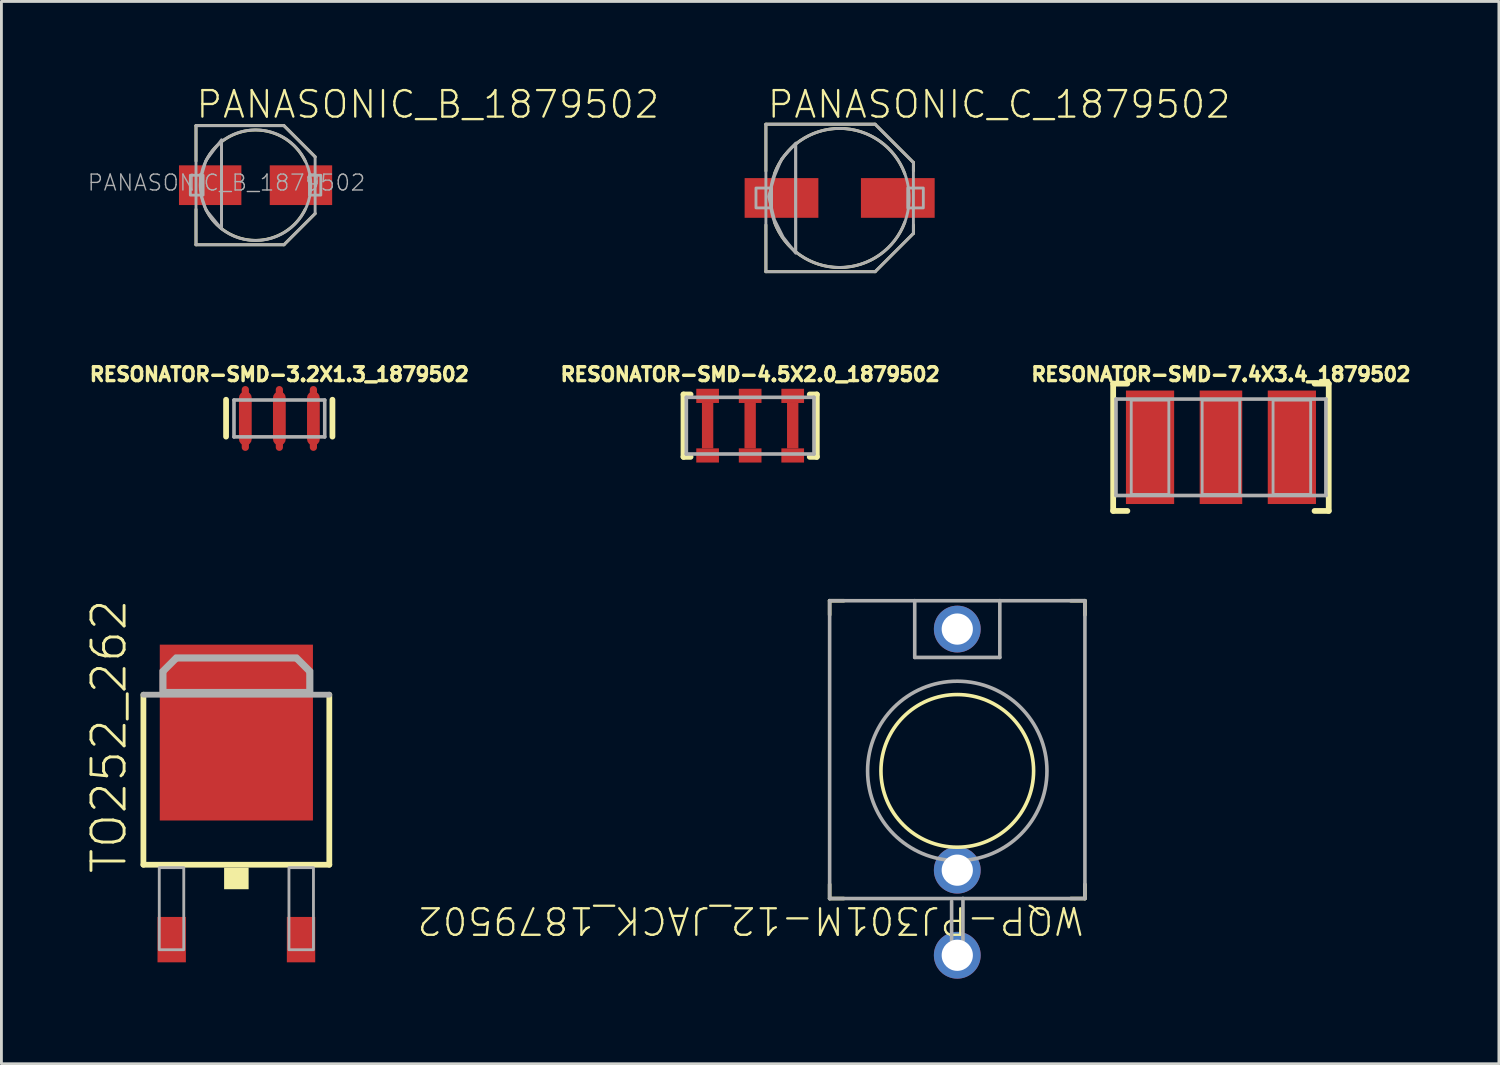
<source format=kicad_pcb>
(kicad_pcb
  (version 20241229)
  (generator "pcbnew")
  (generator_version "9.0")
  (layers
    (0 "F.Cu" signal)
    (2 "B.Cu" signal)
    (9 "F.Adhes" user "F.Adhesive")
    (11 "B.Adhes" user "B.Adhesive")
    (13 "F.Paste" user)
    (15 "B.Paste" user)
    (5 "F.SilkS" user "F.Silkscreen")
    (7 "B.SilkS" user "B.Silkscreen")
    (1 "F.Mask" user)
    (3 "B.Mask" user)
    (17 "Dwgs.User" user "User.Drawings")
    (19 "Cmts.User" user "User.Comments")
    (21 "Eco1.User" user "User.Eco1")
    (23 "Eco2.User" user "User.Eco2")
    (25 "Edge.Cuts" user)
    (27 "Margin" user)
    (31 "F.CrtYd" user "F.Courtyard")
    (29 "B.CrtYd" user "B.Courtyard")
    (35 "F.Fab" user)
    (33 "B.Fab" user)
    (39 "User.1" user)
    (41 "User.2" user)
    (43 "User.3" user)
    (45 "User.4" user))
  (footprint "PANASONIC_B_1879502"
    (layer "F.Cu")
    (at 5.96 3.479)
    (property "Reference" "PANASONIC_B_1879502" (at -2.15 -2.3 0) (unlocked yes) (layer "F.SilkS") (effects (font (size 0.935 0.935) (thickness 0.081)) (justify left bottom)))
    (fp_line (start -2.1 -2.1) (end 1 -2.1) (stroke (width 0.102) (type solid)) (layer "F.SilkS"))
    (fp_line (start -2.1 -0.85) (end -2.1 -2.1) (stroke (width 0.102) (type solid)) (layer "F.SilkS"))
    (fp_line (start -2.1 2.1) (end -2.1 0.85) (stroke (width 0.102) (type solid)) (layer "F.SilkS"))
    (fp_line (start 1 -2.1) (end 2.1 -1) (stroke (width 0.102) (type solid)) (layer "F.SilkS"))
    (fp_line (start 1 2.1) (end -2.1 2.1) (stroke (width 0.102) (type solid)) (layer "F.SilkS"))
    (fp_line (start 2.1 1) (end 1 2.1) (stroke (width 0.102) (type solid)) (layer "F.SilkS"))
    (fp_arc (start -1.75 -0.85) (mid 0 -1.945508) (end 1.75 -0.85) (stroke (width 0.1016) (type solid)) (layer "F.SilkS"))
    (fp_arc (start 1.75 0.85) (mid 0 1.945508) (end -1.75 0.85) (stroke (width 0.1016) (type solid)) (layer "F.SilkS"))
    (fp_line (start -2.1 -2.1) (end 1 -2.1) (stroke (width 0.102) (type solid)) (layer "F.Fab"))
    (fp_line (start -2.1 2.1) (end -2.1 -2.1) (stroke (width 0.102) (type solid)) (layer "F.Fab"))
    (fp_line (start -1.2 -1.5) (end -1.2 1.5) (stroke (width 0.102) (type solid)) (layer "F.Fab"))
    (fp_line (start 1 -2.1) (end 2.1 -1) (stroke (width 0.102) (type solid)) (layer "F.Fab"))
    (fp_line (start 1 2.1) (end -2.1 2.1) (stroke (width 0.102) (type solid)) (layer "F.Fab"))
    (fp_line (start 2.1 -1) (end 2.1 1) (stroke (width 0.102) (type solid)) (layer "F.Fab"))
    (fp_line (start 2.1 1) (end 1 2.1) (stroke (width 0.102) (type solid)) (layer "F.Fab"))
    (fp_circle (center 0 0) (end 1.95 0) (stroke (width 0.102) (type solid)) (fill no) (layer "F.Fab"))
    (fp_poly (pts (xy -2.3 0.35) (xy -1.85 0.35) (xy -1.85 -0.35) (xy -2.3 -0.35)) (stroke (width 0.1) (type default)) (fill no) (layer "F.Fab"))
    (fp_poly (pts (xy 1.9 0.35) (xy 2.3 0.35) (xy 2.3 -0.35) (xy 1.9 -0.35)) (stroke (width 0.1) (type default)) (fill no) (layer "F.Fab"))
    (fp_poly (pts (xy -1.199 1.542) (xy -1.745 0.875) (xy -1.901 0.408) (xy -1.901 -0.357) (xy -1.746 -0.873) (xy -1.199 -1.602)) (stroke (width 0.1) (type default)) (fill no) (layer "F.Fab"))
    (fp_text user "${REFERENCE}" (at -5.96 0.24 0) (unlocked yes) (layer "F.Fab") (effects (font (size 0.561 0.561) (thickness 0.049)) (justify left bottom)))
    (pad "+" smd rect (at 1.6 0) (size 2.2 1.4) (layers "F.Cu" "F.Mask" "F.Paste"))
    (pad "-" smd rect (at -1.6 0) (size 2.2 1.4) (layers "F.Cu" "F.Mask" "F.Paste")))
  (footprint "RESONATOR-SMD-7.4X3.4_1879502"
    (layer "F.Cu")
    (at 39.995 12.719)
    (property "Reference" "RESONATOR-SMD-7.4X3.4_1879502" (at 0 -2.286 0) (unlocked yes) (layer "F.SilkS") (effects (font (size 0.488 0.488) (thickness 0.122)) (justify bottom)))
    (fp_line (start -3.8 -2.244) (end -3.8 2.244) (stroke (width 0.203) (type solid)) (layer "F.SilkS"))
    (fp_line (start -3.8 2.244) (end -3.3 2.244) (stroke (width 0.203) (type solid)) (layer "F.SilkS"))
    (fp_line (start -3.3 -2.244) (end -3.8 -2.244) (stroke (width 0.203) (type solid)) (layer "F.SilkS"))
    (fp_line (start 3.3 2.244) (end 3.8 2.244) (stroke (width 0.203) (type solid)) (layer "F.SilkS"))
    (fp_line (start 3.8 -2.244) (end 3.3 -2.244) (stroke (width 0.203) (type solid)) (layer "F.SilkS"))
    (fp_line (start 3.8 2.244) (end 3.8 -2.244) (stroke (width 0.203) (type solid)) (layer "F.SilkS"))
    (fp_line (start -3.7 -1.7) (end -3.7 1.7) (stroke (width 0.127) (type solid)) (layer "F.Fab"))
    (fp_line (start -3.7 1.7) (end 3.7 1.7) (stroke (width 0.127) (type solid)) (layer "F.Fab"))
    (fp_line (start 3.7 -1.7) (end -3.7 -1.7) (stroke (width 0.127) (type solid)) (layer "F.Fab"))
    (fp_line (start 3.7 1.7) (end 3.7 -1.7) (stroke (width 0.127) (type solid)) (layer "F.Fab"))
    (fp_poly (pts (xy -1.837 1.663) (xy -3.163 1.663) (xy -3.163 -1.663) (xy -1.837 -1.663)) (stroke (width 0.1) (type default)) (fill no) (layer "F.Fab"))
    (fp_poly (pts (xy 0.663 1.663) (xy -0.663 1.663) (xy -0.663 -1.663) (xy 0.663 -1.663)) (stroke (width 0.1) (type default)) (fill no) (layer "F.Fab"))
    (fp_poly (pts (xy 3.163 1.663) (xy 1.837 1.663) (xy 1.837 -1.663) (xy 3.163 -1.663)) (stroke (width 0.1) (type default)) (fill no) (layer "F.Fab"))
    (pad "1" smd rect (at -2.5 0 180) (size 1.7 4) (layers "F.Cu" "F.Mask" "F.Paste"))
    (pad "2" smd rect (at 0 0 180) (size 1.5 4) (layers "F.Cu" "F.Mask" "F.Paste"))
    (pad "3" smd rect (at 2.5 0 180) (size 1.7 4) (layers "F.Cu" "F.Mask" "F.Paste")))
  (footprint "PANASONIC_C_1879502"
    (layer "F.Cu")
    (at 26.552 3.929)
    (property "Reference" "PANASONIC_C_1879502" (at -2.6 -2.75 0) (unlocked yes) (layer "F.SilkS") (effects (font (size 0.935 0.935) (thickness 0.081)) (justify left bottom)))
    (fp_line (start -2.6 -2.6) (end 1.25 -2.6) (stroke (width 0.102) (type solid)) (layer "F.SilkS"))
    (fp_line (start -2.6 -0.95) (end -2.6 -2.6) (stroke (width 0.102) (type solid)) (layer "F.SilkS"))
    (fp_line (start -2.6 2.6) (end -2.6 0.95) (stroke (width 0.102) (type solid)) (layer "F.SilkS"))
    (fp_line (start 1.25 -2.6) (end 2.6 -1.25) (stroke (width 0.102) (type solid)) (layer "F.SilkS"))
    (fp_line (start 1.25 2.6) (end -2.6 2.6) (stroke (width 0.102) (type solid)) (layer "F.SilkS"))
    (fp_line (start 2.6 -1.25) (end 2.6 -0.95) (stroke (width 0.102) (type solid)) (layer "F.SilkS"))
    (fp_line (start 2.6 0.95) (end 2.6 1.25) (stroke (width 0.102) (type solid)) (layer "F.SilkS"))
    (fp_line (start 2.6 1.25) (end 1.25 2.6) (stroke (width 0.102) (type solid)) (layer "F.SilkS"))
    (fp_arc (start -2.3 -0.85) (mid 0 -2.45204) (end 2.3 -0.85) (stroke (width 0.1016) (type solid)) (layer "F.SilkS"))
    (fp_arc (start 2.3 0.85) (mid 0 2.45204) (end -2.3 0.85) (stroke (width 0.1016) (type solid)) (layer "F.SilkS"))
    (fp_line (start -2.6 -2.6) (end 1.25 -2.6) (stroke (width 0.102) (type solid)) (layer "F.Fab"))
    (fp_line (start -2.6 2.6) (end -2.6 -2.6) (stroke (width 0.102) (type solid)) (layer "F.Fab"))
    (fp_line (start -1.55 -1.85) (end -1.55 1.85) (stroke (width 0.102) (type solid)) (layer "F.Fab"))
    (fp_line (start 1.25 -2.6) (end 2.6 -1.25) (stroke (width 0.102) (type solid)) (layer "F.Fab"))
    (fp_line (start 1.25 2.6) (end -2.6 2.6) (stroke (width 0.102) (type solid)) (layer "F.Fab"))
    (fp_line (start 2.6 -1.25) (end 2.6 1.25) (stroke (width 0.102) (type solid)) (layer "F.Fab"))
    (fp_line (start 2.6 1.25) (end 1.25 2.6) (stroke (width 0.102) (type solid)) (layer "F.Fab"))
    (fp_circle (center 0 0) (end 2.45 0) (stroke (width 0.102) (type solid)) (fill no) (layer "F.Fab"))
    (fp_poly (pts (xy -2.95 0.35) (xy -2.4 0.35) (xy -2.4 -0.35) (xy -2.95 -0.35)) (stroke (width 0.1) (type default)) (fill no) (layer "F.Fab"))
    (fp_poly (pts (xy 2.4 0.35) (xy 2.95 0.35) (xy 2.95 -0.35) (xy 2.4 -0.35)) (stroke (width 0.1) (type default)) (fill no) (layer "F.Fab"))
    (fp_poly (pts (xy -1.549 1.948) (xy -1.993 1.377) (xy -2.298 0.768) (xy -2.503 -0.051) (xy -2.298 -0.767) (xy -2.044 -1.377) (xy -1.549 -1.934)) (stroke (width 0.1) (type default)) (fill no) (layer "F.Fab"))
    (pad "+" smd rect (at 2.05 0) (size 2.6 1.4) (layers "F.Cu" "F.Mask" "F.Paste"))
    (pad "-" smd rect (at -2.05 0) (size 2.6 1.4) (layers "F.Cu" "F.Mask" "F.Paste")))
  (footprint "RESONATOR-SMD-4.5X2.0_1879502"
    (layer "F.Cu")
    (at 23.397 11.957)
    (property "Reference" "RESONATOR-SMD-4.5X2.0_1879502" (at 0 -1.524 0) (unlocked yes) (layer "F.SilkS") (effects (font (size 0.488 0.488) (thickness 0.122)) (justify bottom)))
    (fp_poly (pts (xy -1.9 -0.8) (xy -1.1 -0.8) (xy -1.1 -1.3) (xy -1.9 -1.3)) (stroke (width 0) (type default)) (fill yes) (layer "F.Cu"))
    (fp_poly (pts (xy -1.9 1.3) (xy -1.1 1.3) (xy -1.1 0.8) (xy -1.9 0.8)) (stroke (width 0) (type default)) (fill yes) (layer "F.Cu"))
    (fp_poly (pts (xy -0.4 -0.8) (xy 0.4 -0.8) (xy 0.4 -1.3) (xy -0.4 -1.3)) (stroke (width 0) (type default)) (fill yes) (layer "F.Cu"))
    (fp_poly (pts (xy -0.4 1.3) (xy 0.4 1.3) (xy 0.4 0.8) (xy -0.4 0.8)) (stroke (width 0) (type default)) (fill yes) (layer "F.Cu"))
    (fp_poly (pts (xy 1.1 -0.8) (xy 1.9 -0.8) (xy 1.9 -1.3) (xy 1.1 -1.3)) (stroke (width 0) (type default)) (fill yes) (layer "F.Cu"))
    (fp_poly (pts (xy 1.1 1.3) (xy 1.9 1.3) (xy 1.9 0.8) (xy 1.1 0.8)) (stroke (width 0) (type default)) (fill yes) (layer "F.Cu"))
    (fp_poly (pts (xy -2 -0.7) (xy -1 -0.7) (xy -1 -1.4) (xy -2 -1.4)) (stroke (width 0) (type default)) (fill yes) (layer "F.Mask"))
    (fp_poly (pts (xy -2 1.4) (xy -1 1.4) (xy -1 0.7) (xy -2 0.7)) (stroke (width 0) (type default)) (fill yes) (layer "F.Mask"))
    (fp_poly (pts (xy -0.5 -0.7) (xy 0.5 -0.7) (xy 0.5 -1.4) (xy -0.5 -1.4)) (stroke (width 0) (type default)) (fill yes) (layer "F.Mask"))
    (fp_poly (pts (xy -0.5 1.4) (xy 0.5 1.4) (xy 0.5 0.7) (xy -0.5 0.7)) (stroke (width 0) (type default)) (fill yes) (layer "F.Mask"))
    (fp_poly (pts (xy 1 -0.7) (xy 2 -0.7) (xy 2 -1.4) (xy 1 -1.4)) (stroke (width 0) (type default)) (fill yes) (layer "F.Mask"))
    (fp_poly (pts (xy 1 1.4) (xy 2 1.4) (xy 2 0.7) (xy 1 0.7)) (stroke (width 0) (type default)) (fill yes) (layer "F.Mask"))
    (fp_line (start -2.35 1.1) (end -2.35 -1.1) (stroke (width 0.203) (type solid)) (layer "F.SilkS"))
    (fp_line (start -2.1 -1.1) (end -2.35 -1.1) (stroke (width 0.203) (type solid)) (layer "F.SilkS"))
    (fp_line (start -2.1 1.1) (end -2.35 1.1) (stroke (width 0.203) (type solid)) (layer "F.SilkS"))
    (fp_line (start 2.35 -1.1) (end 2.1 -1.1) (stroke (width 0.203) (type solid)) (layer "F.SilkS"))
    (fp_line (start 2.35 1.1) (end 2.1 1.1) (stroke (width 0.203) (type solid)) (layer "F.SilkS"))
    (fp_line (start 2.35 1.1) (end 2.35 -1.1) (stroke (width 0.203) (type solid)) (layer "F.SilkS"))
    (fp_poly (pts (xy -1.9 -0.8) (xy -1.1 -0.8) (xy -1.1 -1.3) (xy -1.9 -1.3)) (stroke (width 0) (type default)) (fill yes) (layer "F.Paste"))
    (fp_poly (pts (xy -1.9 1.3) (xy -1.1 1.3) (xy -1.1 0.8) (xy -1.9 0.8)) (stroke (width 0) (type default)) (fill yes) (layer "F.Paste"))
    (fp_poly (pts (xy -0.4 -0.8) (xy 0.4 -0.8) (xy 0.4 -1.3) (xy -0.4 -1.3)) (stroke (width 0) (type default)) (fill yes) (layer "F.Paste"))
    (fp_poly (pts (xy -0.4 1.3) (xy 0.4 1.3) (xy 0.4 0.8) (xy -0.4 0.8)) (stroke (width 0) (type default)) (fill yes) (layer "F.Paste"))
    (fp_poly (pts (xy 1.1 -0.8) (xy 1.9 -0.8) (xy 1.9 -1.3) (xy 1.1 -1.3)) (stroke (width 0) (type default)) (fill yes) (layer "F.Paste"))
    (fp_poly (pts (xy 1.1 1.3) (xy 1.9 1.3) (xy 1.9 0.8) (xy 1.1 0.8)) (stroke (width 0) (type default)) (fill yes) (layer "F.Paste"))
    (fp_line (start -2.25 -1) (end 2.25 -1) (stroke (width 0.127) (type solid)) (layer "F.Fab"))
    (fp_line (start -2.25 1) (end -2.25 -1) (stroke (width 0.127) (type solid)) (layer "F.Fab"))
    (fp_line (start 2.25 -1) (end 2.25 1) (stroke (width 0.127) (type solid)) (layer "F.Fab"))
    (fp_line (start 2.25 1) (end -2.25 1) (stroke (width 0.127) (type solid)) (layer "F.Fab"))
    (pad "1" smd rect (at -1.5 0) (size 0.4 1.6) (layers "F.Cu" "F.Mask" "F.Paste"))
    (pad "2" smd rect (at 0 0) (size 0.4 1.6) (layers "F.Cu" "F.Mask" "F.Paste"))
    (pad "3" smd rect (at 1.5 0) (size 0.4 1.6) (layers "F.Cu" "F.Mask" "F.Paste")))
  (footprint "RESONATOR-SMD-3.2X1.3_1879502"
    (layer "F.Cu")
    (at 6.799 11.703)
    (property "Reference" "RESONATOR-SMD-3.2X1.3_1879502" (at 0 -1.27 0) (unlocked yes) (layer "F.SilkS") (effects (font (size 0.488 0.488) (thickness 0.122)) (justify bottom)))
    (fp_line (start -1.2 0) (end -1.2 -1.016) (stroke (width 0.254) (type solid)) (layer "F.Cu"))
    (fp_line (start -1.2 1.016) (end -1.2 0) (stroke (width 0.254) (type solid)) (layer "F.Cu"))
    (fp_line (start 0 0) (end 0 -1.016) (stroke (width 0.254) (type solid)) (layer "F.Cu"))
    (fp_line (start 0 0) (end 0 1.016) (stroke (width 0.254) (type solid)) (layer "F.Cu"))
    (fp_line (start 1.2 0) (end 1.2 -1.016) (stroke (width 0.254) (type solid)) (layer "F.Cu"))
    (fp_line (start 1.2 0) (end 1.2 1.016) (stroke (width 0.254) (type solid)) (layer "F.Cu"))
    (fp_poly (pts (xy -1.75 0.77) (xy 1.745 0.77) (xy 1.745 -0.765) (xy -1.75 -0.765)) (stroke (width 0) (type default)) (fill yes) (layer "F.Mask"))
    (fp_line (start -1.879 0.64) (end -1.879 -0.66) (stroke (width 0.203) (type solid)) (layer "F.SilkS"))
    (fp_line (start 1.871 -0.66) (end 1.871 0.64) (stroke (width 0.203) (type solid)) (layer "F.SilkS"))
    (fp_line (start -1.6 -0.65) (end 1.6 -0.65) (stroke (width 0.127) (type solid)) (layer "F.Fab"))
    (fp_line (start -1.6 0.65) (end -1.6 -0.65) (stroke (width 0.127) (type solid)) (layer "F.Fab"))
    (fp_line (start 1.6 -0.65) (end 1.6 0.65) (stroke (width 0.127) (type solid)) (layer "F.Fab"))
    (fp_line (start 1.6 0.65) (end -1.6 0.65) (stroke (width 0.127) (type solid)) (layer "F.Fab"))
    (pad "1" smd roundrect (at -1.2 0) (size 0.45 1.905) (layers "F.Cu" "F.Mask" "F.Paste") (roundrect_rratio 0.5))
    (pad "2" smd roundrect (at 0 0) (size 0.45 1.905) (layers "F.Cu" "F.Mask" "F.Paste") (roundrect_rratio 0.5))
    (pad "3" smd roundrect (at 1.2 0) (size 0.45 1.905) (layers "F.Cu" "F.Mask" "F.Paste") (roundrect_rratio 0.5))
    (zone (net_name "") (layer "F.Cu") (hatch edge 0.5) (connect_pads) (min_thickness 0.25) (filled_areas_thickness no) (keepout (tracks not_allowed) (vias not_allowed) (pads not_allowed) (copperpour not_allowed) (footprints allowed)) (placement (enabled no)) (fill) (polygon (pts (xy 5.097 12.414) (xy 5.224 12.414) (xy 5.224 10.992) (xy 5.097 10.992))))
    (zone (net_name "") (layer "F.Cu") (hatch edge 0.5) (connect_pads) (min_thickness 0.25) (filled_areas_thickness no) (keepout (tracks not_allowed) (vias not_allowed) (pads not_allowed) (copperpour not_allowed) (footprints allowed)) (placement (enabled no)) (fill) (polygon (pts (xy 6.139 12.414) (xy 6.266 12.414) (xy 6.266 10.992) (xy 6.139 10.992))))
    (zone (net_name "") (layer "F.Cu") (hatch edge 0.5) (connect_pads) (min_thickness 0.25) (filled_areas_thickness no) (keepout (tracks not_allowed) (vias not_allowed) (pads not_allowed) (copperpour not_allowed) (footprints allowed)) (placement (enabled no)) (fill) (polygon (pts (xy 7.307 12.414) (xy 7.434 12.414) (xy 7.434 10.992) (xy 7.307 10.992))))
    (zone (net_name "") (layer "F.Cu") (hatch edge 0.5) (connect_pads) (min_thickness 0.25) (filled_areas_thickness no) (keepout (tracks not_allowed) (vias not_allowed) (pads not_allowed) (copperpour not_allowed) (footprints allowed)) (placement (enabled no)) (fill) (polygon (pts (xy 8.374 12.414) (xy 8.501 12.414) (xy 8.501 10.992) (xy 8.374 10.992)))))
  (footprint "TO252_262"
    (layer "F.Cu")
    (at 5.283 25.277)
    (property "Reference" "TO252_262" (at -3.81 2.54 90) (unlocked yes) (layer "F.SilkS") (effects (font (size 1.168 1.168) (thickness 0.102)) (justify left bottom)))
    (fp_line (start -3.277 2.159) (end -3.277 -3.835) (stroke (width 0.203) (type solid)) (layer "F.SilkS"))
    (fp_line (start 3.277 -3.835) (end 3.277 2.159) (stroke (width 0.203) (type solid)) (layer "F.SilkS"))
    (fp_line (start 3.277 2.159) (end -3.277 2.159) (stroke (width 0.203) (type solid)) (layer "F.SilkS"))
    (fp_poly (pts (xy -0.432 3.023) (xy 0.432 3.023) (xy 0.432 2.261) (xy -0.432 2.261)) (stroke (width 0) (type default)) (fill yes) (layer "F.SilkS"))
    (fp_line (start -3.277 -3.835) (end 3.277 -3.835) (stroke (width 0.203) (type solid)) (layer "F.Fab"))
    (fp_line (start -2.565 -4.648) (end -2.108 -5.105) (stroke (width 0.203) (type solid)) (layer "F.Fab"))
    (fp_line (start -2.565 -3.937) (end -2.565 -4.648) (stroke (width 0.203) (type solid)) (layer "F.Fab"))
    (fp_line (start -2.108 -5.105) (end 2.108 -5.105) (stroke (width 0.203) (type solid)) (layer "F.Fab"))
    (fp_line (start 2.108 -5.105) (end 2.565 -4.648) (stroke (width 0.203) (type solid)) (layer "F.Fab"))
    (fp_line (start 2.565 -4.648) (end 2.565 -3.937) (stroke (width 0.203) (type solid)) (layer "F.Fab"))
    (fp_line (start 2.565 -3.937) (end -2.565 -3.937) (stroke (width 0.203) (type solid)) (layer "F.Fab"))
    (fp_poly (pts (xy -2.718 5.156) (xy -1.854 5.156) (xy -1.854 2.261) (xy -2.718 2.261)) (stroke (width 0.1) (type default)) (fill no) (layer "F.Fab"))
    (fp_poly (pts (xy 1.854 5.156) (xy 2.718 5.156) (xy 2.718 2.261) (xy 1.854 2.261)) (stroke (width 0.1) (type default)) (fill no) (layer "F.Fab"))
    (fp_poly (pts (xy 2.665 -4.69) (xy 2.665 -3.837) (xy -2.665 -3.837) (xy -2.665 -4.69) (xy -2.15 -5.205) (xy 2.15 -5.205)) (stroke (width 0.1) (type default)) (fill no) (layer "F.Fab"))
    (pad "1" smd rect (at -2.28 4.8) (size 1 1.6) (layers "F.Cu" "F.Mask" "F.Paste"))
    (pad "2" smd rect (at 2.28 4.8) (size 1 1.6) (layers "F.Cu" "F.Mask" "F.Paste"))
    (pad "3" smd rect (at 0 -2.5) (size 5.4 6.2) (layers "F.Cu" "F.Mask" "F.Paste")))
  (footprint "WQP-PJ301M-12_JACK_1879502"
    (layer "F.Cu")
    (at 30.699 24.128)
    (property "Reference" "WQP-PJ301M-12_JACK_1879502" (at 4.521 4.724 180) (unlocked yes) (layer "F.SilkS") (effects (font (size 0.935 0.935) (thickness 0.081)) (justify left bottom)))
    (fp_line (start -4.5 -6) (end -4 -6) (stroke (width 0.127) (type solid)) (layer "F.SilkS"))
    (fp_line (start -4.5 -5.5) (end -4.5 -6) (stroke (width 0.127) (type solid)) (layer "F.SilkS"))
    (fp_line (start -4.5 4) (end -4.5 4.5) (stroke (width 0.127) (type solid)) (layer "F.SilkS"))
    (fp_line (start -4.5 4.5) (end -4 4.5) (stroke (width 0.127) (type solid)) (layer "F.SilkS"))
    (fp_line (start 4 -6) (end 4.5 -6) (stroke (width 0.127) (type solid)) (layer "F.SilkS"))
    (fp_line (start 4.5 -6) (end 4.5 -5.5) (stroke (width 0.127) (type solid)) (layer "F.SilkS"))
    (fp_line (start 4.5 4) (end 4.5 4.5) (stroke (width 0.127) (type solid)) (layer "F.SilkS"))
    (fp_line (start 4.5 4.5) (end 4 4.5) (stroke (width 0.127) (type solid)) (layer "F.SilkS"))
    (fp_circle (center 0 0) (end 2.691 0) (stroke (width 0.127) (type solid)) (fill no) (layer "F.SilkS"))
    (fp_line (start -4.5 -6) (end -4.5 4.5) (stroke (width 0.127) (type solid)) (layer "F.Fab"))
    (fp_line (start -4.5 -6) (end -1.5 -6) (stroke (width 0.127) (type solid)) (layer "F.Fab"))
    (fp_line (start -4.5 4.5) (end 0.2 4.5) (stroke (width 0.127) (type solid)) (layer "F.Fab"))
    (fp_line (start -1.5 -6) (end -1.5 -4) (stroke (width 0.127) (type solid)) (layer "F.Fab"))
    (fp_line (start -1.5 -6) (end 1.5 -6) (stroke (width 0.127) (type solid)) (layer "F.Fab"))
    (fp_line (start -1.5 -4) (end 1.5 -4) (stroke (width 0.127) (type solid)) (layer "F.Fab"))
    (fp_line (start -0.2 4.6) (end -0.2 6.7) (stroke (width 0.127) (type solid)) (layer "F.Fab"))
    (fp_line (start -0.2 6.7) (end 0.2 6.7) (stroke (width 0.127) (type solid)) (layer "F.Fab"))
    (fp_line (start 0.2 4.5) (end 4.5 4.5) (stroke (width 0.127) (type solid)) (layer "F.Fab"))
    (fp_line (start 0.2 6.7) (end 0.2 4.5) (stroke (width 0.127) (type solid)) (layer "F.Fab"))
    (fp_line (start 1.5 -6) (end 4.5 -6) (stroke (width 0.127) (type solid)) (layer "F.Fab"))
    (fp_line (start 1.5 -4) (end 1.5 -6) (stroke (width 0.127) (type solid)) (layer "F.Fab"))
    (fp_line (start 4.5 4.5) (end 4.5 -6) (stroke (width 0.127) (type solid)) (layer "F.Fab"))
    (fp_circle (center 0 0) (end 3.162 0) (stroke (width 0.127) (type solid)) (fill no) (layer "F.Fab"))
    (pad "P$1_TIP" thru_hole circle (at 0 -5) (size 1.65 1.65) (drill 1.1) (layers "*.Cu" "*.Mask"))
    (pad "P$2_SWITCH" thru_hole circle (at 0 3.5) (size 1.65 1.65) (drill 1.1) (layers "*.Cu" "*.Mask"))
    (pad "P$3_SLEEVE" thru_hole circle (at 0 6.5) (size 1.65 1.65) (drill 1.1) (layers "*.Cu" "*.Mask"))
    (zone (net_name "") (layer "F.Cu") (hatch edge 0.5) (connect_pads) (min_thickness 0.25) (filled_areas_thickness no) (keepout (tracks not_allowed) (vias not_allowed) (pads not_allowed) (copperpour not_allowed) (footprints allowed)) (placement (enabled no)) (fill) (polygon (pts (xy 27.899 26.928) (xy 33.499 26.928) (xy 33.499 21.328) (xy 27.899 21.328)))))
  (gr_rect
    (start -3 -3)
    (end 49.794 34.453)
    (stroke (width 0.1) (type default))
    (fill no)
    (layer "Edge.Cuts")))
</source>
